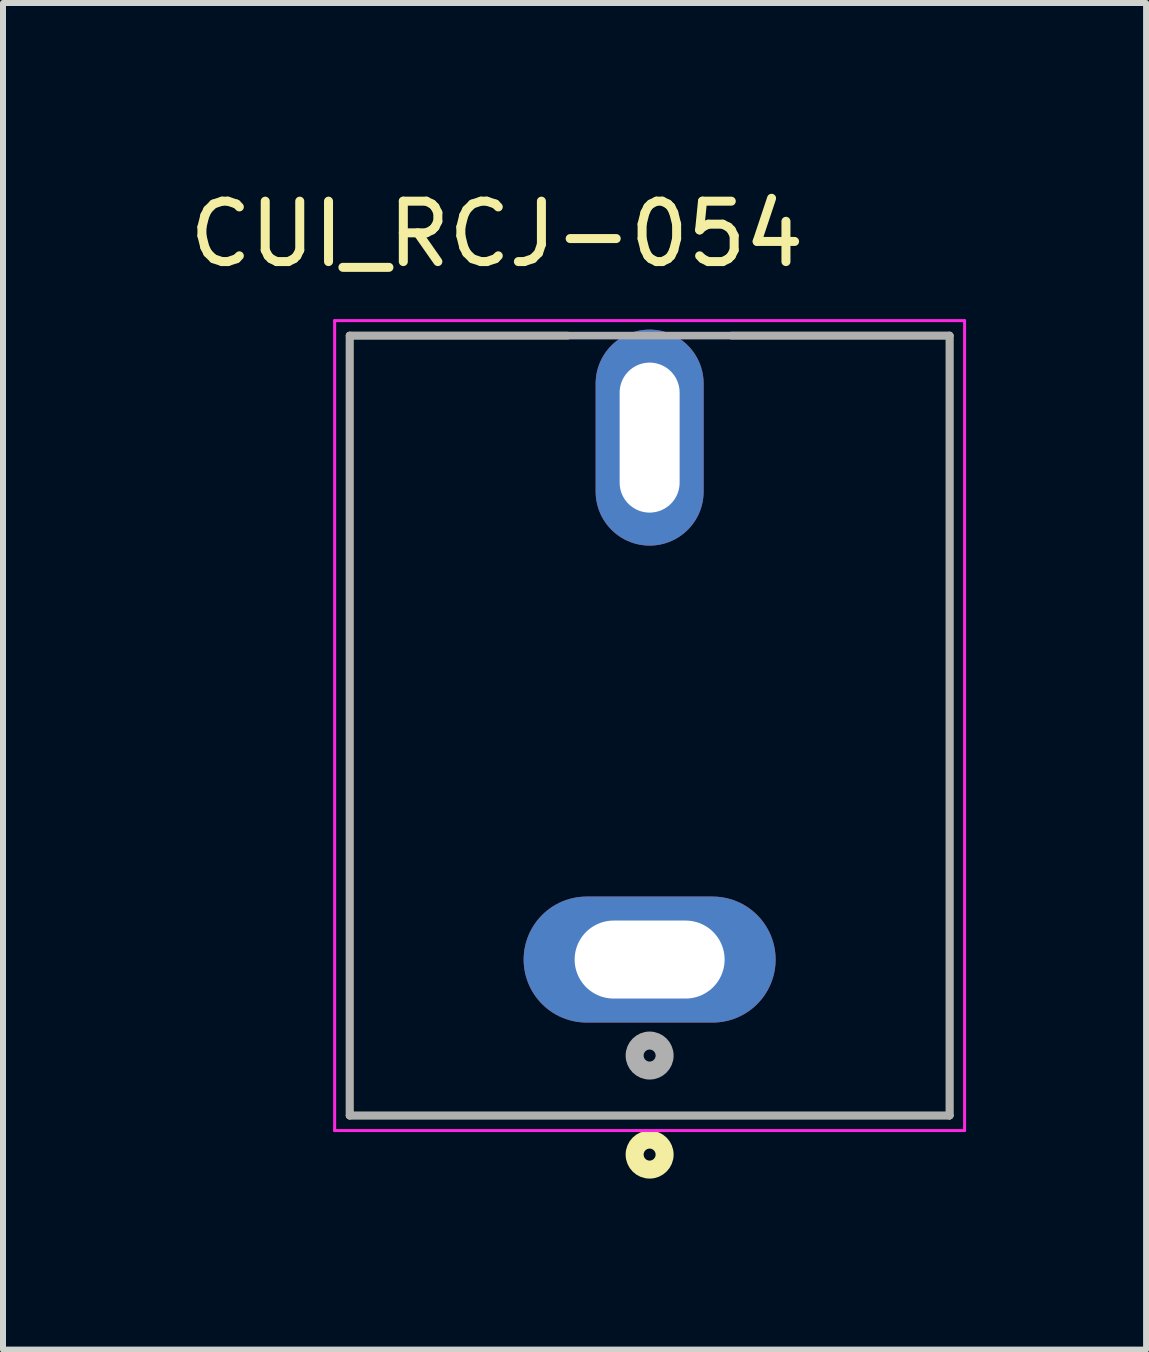
<source format=kicad_pcb>
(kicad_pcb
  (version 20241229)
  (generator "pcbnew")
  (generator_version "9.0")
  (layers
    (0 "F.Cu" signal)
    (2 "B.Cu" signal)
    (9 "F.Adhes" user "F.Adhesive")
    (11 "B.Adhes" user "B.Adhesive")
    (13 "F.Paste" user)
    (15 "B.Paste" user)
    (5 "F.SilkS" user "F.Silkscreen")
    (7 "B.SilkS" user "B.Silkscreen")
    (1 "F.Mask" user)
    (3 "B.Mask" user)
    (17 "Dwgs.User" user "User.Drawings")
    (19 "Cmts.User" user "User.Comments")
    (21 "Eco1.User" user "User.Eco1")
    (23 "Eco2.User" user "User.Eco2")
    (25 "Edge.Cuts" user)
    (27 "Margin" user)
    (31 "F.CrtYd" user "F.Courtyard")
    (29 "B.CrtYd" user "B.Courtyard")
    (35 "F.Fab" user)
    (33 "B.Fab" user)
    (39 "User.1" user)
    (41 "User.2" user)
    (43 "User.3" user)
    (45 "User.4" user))
  (footprint "CUI_RCJ-054"
    (layer "F.Cu")
    (at 7.778 7.544)
    (property "Reference" "CUI_RCJ-054" (at -2.547 -6.692 0) (layer "F.SilkS") (effects (font (size 1.007 1.007) (thickness 0.15))))
    (attr through_hole)
    (fp_line (start -5 -5) (end -5 8) (stroke (width 0.127) (type solid)) (layer "F.SilkS"))
    (fp_line (start -5 8) (end 5 8) (stroke (width 0.127) (type solid)) (layer "F.SilkS"))
    (fp_line (start -1.365 -5) (end -5 -5) (stroke (width 0.127) (type solid)) (layer "F.SilkS"))
    (fp_line (start 5 -5) (end 1.365 -5) (stroke (width 0.127) (type solid)) (layer "F.SilkS"))
    (fp_line (start 5 8) (end 5 -5) (stroke (width 0.127) (type solid)) (layer "F.SilkS"))
    (fp_circle (center 0 8.651) (end 0.1 8.651) (stroke (width 0.3) (type solid)) (fill no) (layer "F.SilkS"))
    (fp_line (start -5.25 -5.25) (end -5.25 8.25) (stroke (width 0.05) (type solid)) (layer "F.CrtYd"))
    (fp_line (start -5.25 8.25) (end 5.25 8.25) (stroke (width 0.05) (type solid)) (layer "F.CrtYd"))
    (fp_line (start 5.25 -5.25) (end -5.25 -5.25) (stroke (width 0.05) (type solid)) (layer "F.CrtYd"))
    (fp_line (start 5.25 8.25) (end 5.25 -5.25) (stroke (width 0.05) (type solid)) (layer "F.CrtYd"))
    (fp_line (start -5 -5) (end -5 8) (stroke (width 0.127) (type solid)) (layer "F.Fab"))
    (fp_line (start -5 8) (end 5 8) (stroke (width 0.127) (type solid)) (layer "F.Fab"))
    (fp_line (start 5 -5) (end -5 -5) (stroke (width 0.127) (type solid)) (layer "F.Fab"))
    (fp_line (start 5 8) (end 5 -5) (stroke (width 0.127) (type solid)) (layer "F.Fab"))
    (fp_circle (center 0 7) (end 0.1 7) (stroke (width 0.3) (type solid)) (fill no) (layer "F.Fab"))
    (pad "1" thru_hole oval (at 0 5.4) (size 4.2 2.1) (drill oval 2.5 1.3) (layers "*.Cu" "*.Mask"))
    (pad "2" thru_hole oval (at 0 -3.3) (size 1.8 3.6) (drill oval 1 2.5) (layers "*.Cu" "*.Mask")))
  (gr_rect
    (start -3 -3)
    (end 16.053 19.445)
    (stroke (width 0.1) (type default))
    (fill no)
    (layer "Edge.Cuts")))
</source>
